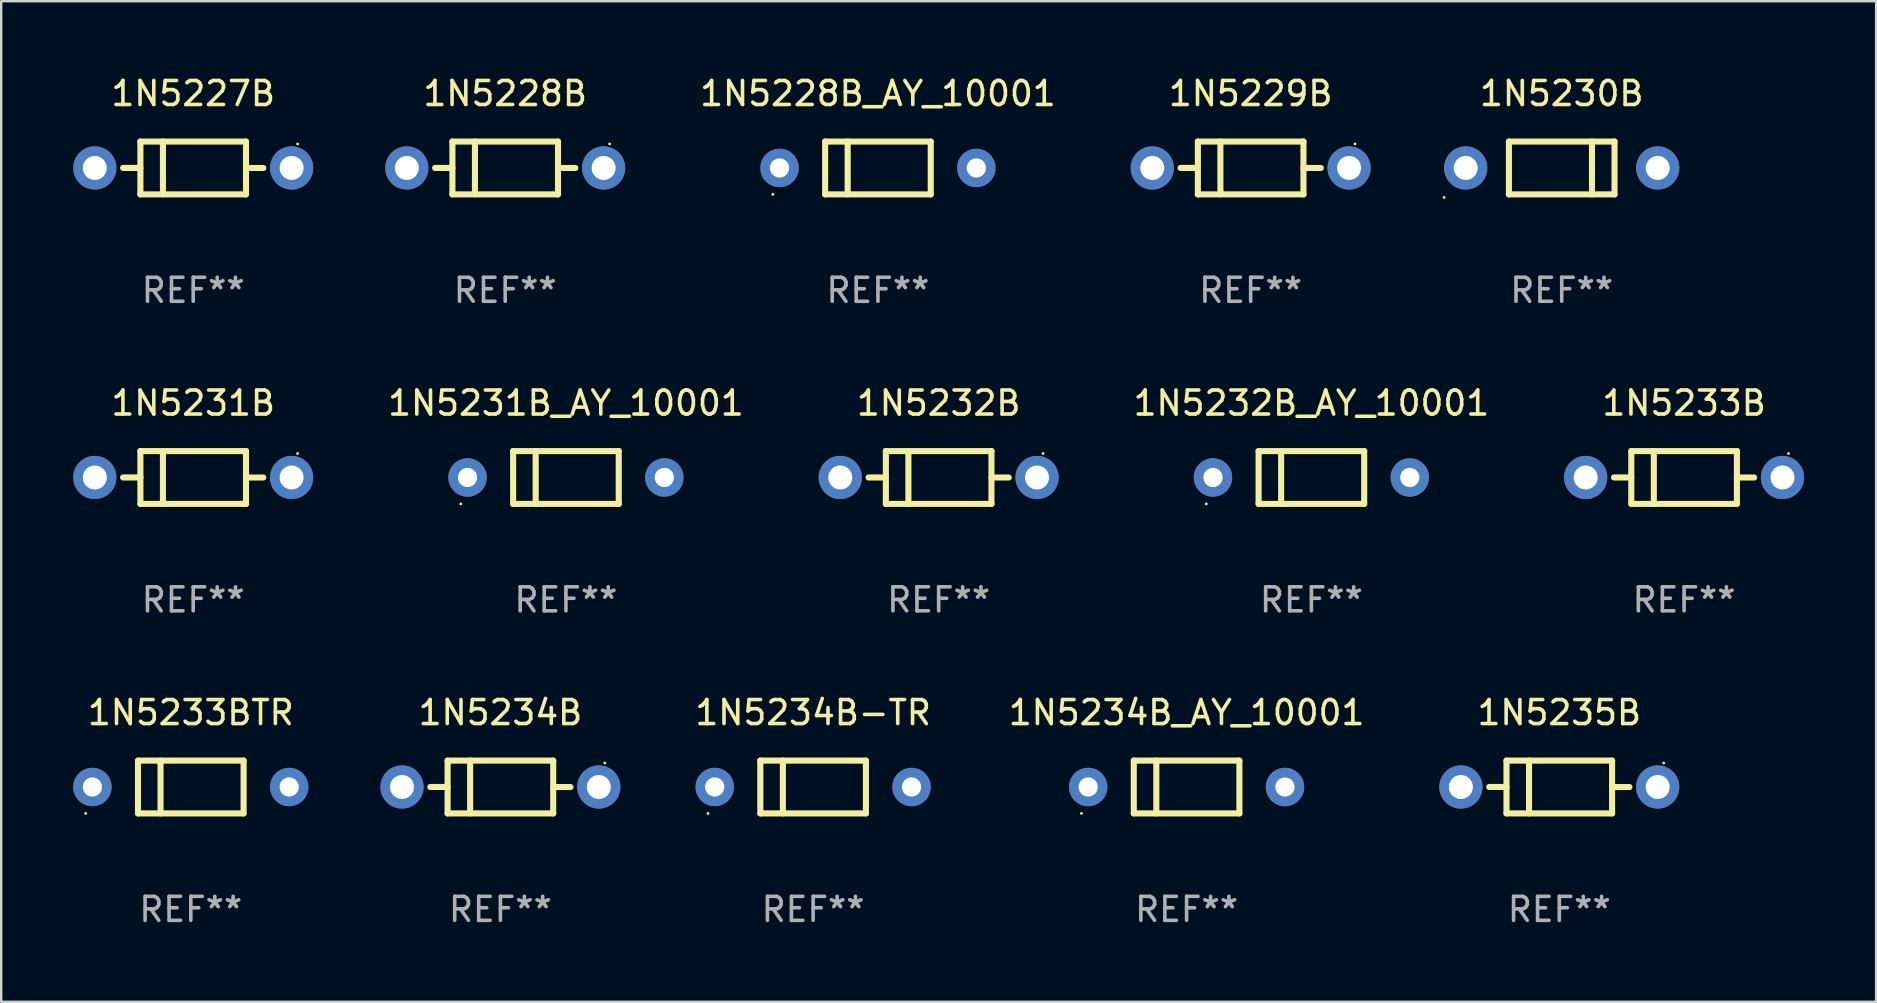
<source format=kicad_pcb>
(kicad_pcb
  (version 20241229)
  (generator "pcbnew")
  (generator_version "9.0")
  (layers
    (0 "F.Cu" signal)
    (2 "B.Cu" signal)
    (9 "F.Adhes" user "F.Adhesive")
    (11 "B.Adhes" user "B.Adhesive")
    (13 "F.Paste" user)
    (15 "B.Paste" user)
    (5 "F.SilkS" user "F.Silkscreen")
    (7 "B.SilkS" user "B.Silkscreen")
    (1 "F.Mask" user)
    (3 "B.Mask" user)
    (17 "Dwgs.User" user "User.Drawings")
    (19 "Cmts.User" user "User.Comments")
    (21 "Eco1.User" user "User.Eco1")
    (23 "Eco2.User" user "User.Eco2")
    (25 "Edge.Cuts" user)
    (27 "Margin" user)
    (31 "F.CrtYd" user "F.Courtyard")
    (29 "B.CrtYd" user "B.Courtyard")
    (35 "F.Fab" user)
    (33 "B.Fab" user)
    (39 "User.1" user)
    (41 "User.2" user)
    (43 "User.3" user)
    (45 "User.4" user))
  (footprint "1N5229B"
    (layer "F.Cu")
    (at 49.06 3.948)
    (property "Reference" "1N5229B" (at 0 -3.1 0) (layer "F.SilkS") (effects (font (size 1 1) (thickness 0.15))))
    (attr through_hole)
    (fp_line (start -2.2 -1.1) (end -2.2 1.1) (stroke (width 0.254) (type solid)) (layer "F.SilkS"))
    (fp_line (start -2.2 -1.1) (end 2.2 -1.1) (stroke (width 0.254) (type solid)) (layer "F.SilkS"))
    (fp_line (start -2.2 -0.001) (end -2.921 -0.001) (stroke (width 0.254) (type solid)) (layer "F.SilkS"))
    (fp_line (start -2.2 1.1) (end 2.2 1.1) (stroke (width 0.254) (type solid)) (layer "F.SilkS"))
    (fp_line (start -1.261 -1.1) (end -1.261 1.1) (stroke (width 0.254) (type solid)) (layer "F.SilkS"))
    (fp_line (start 2.2 -1.1) (end 2.2 1.1) (stroke (width 0.254) (type solid)) (layer "F.SilkS"))
    (fp_line (start 2.2 0.001) (end 2.921 0.001) (stroke (width 0.254) (type solid)) (layer "F.SilkS"))
    (fp_circle (center 4.35 -1) (end 4.38 -1) (stroke (width 0.06) (type solid)) (fill no) (layer "F.SilkS"))
    (fp_text user "REF**" (at 0 5.1 0) (layer "F.Fab") (effects (font (size 1 1) (thickness 0.15))))
    (pad "1" thru_hole circle (at 4.1 0) (size 1.8 1.8) (drill 1) (layers "*.Cu" "*.Mask"))
    (pad "2" thru_hole circle (at -4.1 0) (size 1.8 1.8) (drill 1) (layers "*.Cu" "*.Mask")))
  (footprint "1N5231B"
    (layer "F.Cu")
    (at 5 16.845)
    (property "Reference" "1N5231B" (at 0 -3.1 0) (layer "F.SilkS") (effects (font (size 1 1) (thickness 0.15))))
    (attr through_hole)
    (fp_line (start -2.2 -1.1) (end -2.2 1.1) (stroke (width 0.254) (type solid)) (layer "F.SilkS"))
    (fp_line (start -2.2 -1.1) (end 2.2 -1.1) (stroke (width 0.254) (type solid)) (layer "F.SilkS"))
    (fp_line (start -2.2 -0.001) (end -2.921 -0.001) (stroke (width 0.254) (type solid)) (layer "F.SilkS"))
    (fp_line (start -2.2 1.1) (end 2.2 1.1) (stroke (width 0.254) (type solid)) (layer "F.SilkS"))
    (fp_line (start -1.261 -1.1) (end -1.261 1.1) (stroke (width 0.254) (type solid)) (layer "F.SilkS"))
    (fp_line (start 2.2 -1.1) (end 2.2 1.1) (stroke (width 0.254) (type solid)) (layer "F.SilkS"))
    (fp_line (start 2.2 0.001) (end 2.921 0.001) (stroke (width 0.254) (type solid)) (layer "F.SilkS"))
    (fp_circle (center 4.35 -1) (end 4.38 -1) (stroke (width 0.06) (type solid)) (fill no) (layer "F.SilkS"))
    (fp_text user "REF**" (at 0 5.1 0) (layer "F.Fab") (effects (font (size 1 1) (thickness 0.15))))
    (pad "1" thru_hole circle (at 4.1 0) (size 1.8 1.8) (drill 1) (layers "*.Cu" "*.Mask"))
    (pad "2" thru_hole circle (at -4.1 0) (size 1.8 1.8) (drill 1) (layers "*.Cu" "*.Mask")))
  (footprint "1N5231B_AY_10001"
    (layer "F.Cu")
    (at 20.53 16.845)
    (property "Reference" "1N5231B_AY_10001" (at 0 -3.1 0) (layer "F.SilkS") (effects (font (size 1 1) (thickness 0.15))))
    (attr through_hole)
    (fp_line (start -2.2 -1.1) (end -2.2 1.1) (stroke (width 0.254) (type solid)) (layer "F.SilkS"))
    (fp_line (start -2.2 -1.1) (end 2.2 -1.1) (stroke (width 0.254) (type solid)) (layer "F.SilkS"))
    (fp_line (start -2.2 1.1) (end 2.2 1.1) (stroke (width 0.254) (type solid)) (layer "F.SilkS"))
    (fp_line (start -1.261 -1.1) (end -1.261 1.1) (stroke (width 0.254) (type solid)) (layer "F.SilkS"))
    (fp_line (start 2.2 -1.1) (end 2.2 1.1) (stroke (width 0.254) (type solid)) (layer "F.SilkS"))
    (fp_circle (center -4.38 1.1) (end -4.35 1.1) (stroke (width 0.06) (type solid)) (fill no) (layer "F.SilkS"))
    (fp_text user "REF**" (at 0 5.1 0) (layer "F.Fab") (effects (font (size 1 1) (thickness 0.15))))
    (pad "1" thru_hole circle (at -4.1 0) (size 1.6 1.6) (drill 0.8) (layers "*.Cu" "*.Mask"))
    (pad "2" thru_hole circle (at 4.1 0) (size 1.6 1.6) (drill 0.8) (layers "*.Cu" "*.Mask")))
  (footprint "1N5232B_AY_10001"
    (layer "F.Cu")
    (at 51.59 16.845)
    (property "Reference" "1N5232B_AY_10001" (at 0 -3.1 0) (layer "F.SilkS") (effects (font (size 1 1) (thickness 0.15))))
    (attr through_hole)
    (fp_line (start -2.2 -1.1) (end -2.2 1.1) (stroke (width 0.254) (type solid)) (layer "F.SilkS"))
    (fp_line (start -2.2 -1.1) (end 2.2 -1.1) (stroke (width 0.254) (type solid)) (layer "F.SilkS"))
    (fp_line (start -2.2 1.1) (end 2.2 1.1) (stroke (width 0.254) (type solid)) (layer "F.SilkS"))
    (fp_line (start -1.261 -1.1) (end -1.261 1.1) (stroke (width 0.254) (type solid)) (layer "F.SilkS"))
    (fp_line (start 2.2 -1.1) (end 2.2 1.1) (stroke (width 0.254) (type solid)) (layer "F.SilkS"))
    (fp_circle (center -4.38 1.1) (end -4.35 1.1) (stroke (width 0.06) (type solid)) (fill no) (layer "F.SilkS"))
    (fp_text user "REF**" (at 0 5.1 0) (layer "F.Fab") (effects (font (size 1 1) (thickness 0.15))))
    (pad "1" thru_hole circle (at -4.1 0) (size 1.6 1.6) (drill 0.8) (layers "*.Cu" "*.Mask"))
    (pad "2" thru_hole circle (at 4.1 0) (size 1.6 1.6) (drill 0.8) (layers "*.Cu" "*.Mask")))
  (footprint "1N5233BTR"
    (layer "F.Cu")
    (at 4.9 29.741)
    (property "Reference" "1N5233BTR" (at 0 -3.1 0) (layer "F.SilkS") (effects (font (size 1 1) (thickness 0.15))))
    (attr through_hole)
    (fp_line (start -2.2 -1.1) (end -2.2 1.1) (stroke (width 0.254) (type solid)) (layer "F.SilkS"))
    (fp_line (start -2.2 -1.1) (end 2.2 -1.1) (stroke (width 0.254) (type solid)) (layer "F.SilkS"))
    (fp_line (start -2.2 1.1) (end 2.2 1.1) (stroke (width 0.254) (type solid)) (layer "F.SilkS"))
    (fp_line (start -1.261 -1.1) (end -1.261 1.1) (stroke (width 0.254) (type solid)) (layer "F.SilkS"))
    (fp_line (start 2.2 -1.1) (end 2.2 1.1) (stroke (width 0.254) (type solid)) (layer "F.SilkS"))
    (fp_circle (center -4.38 1.1) (end -4.35 1.1) (stroke (width 0.06) (type solid)) (fill no) (layer "F.SilkS"))
    (fp_text user "REF**" (at 0 5.1 0) (layer "F.Fab") (effects (font (size 1 1) (thickness 0.15))))
    (pad "1" thru_hole circle (at -4.1 0) (size 1.6 1.6) (drill 0.8) (layers "*.Cu" "*.Mask"))
    (pad "2" thru_hole circle (at 4.1 0) (size 1.6 1.6) (drill 0.8) (layers "*.Cu" "*.Mask")))
  (footprint "1N5232B"
    (layer "F.Cu")
    (at 36.06 16.845)
    (property "Reference" "1N5232B" (at 0 -3.1 0) (layer "F.SilkS") (effects (font (size 1 1) (thickness 0.15))))
    (attr through_hole)
    (fp_line (start -2.2 -1.1) (end -2.2 1.1) (stroke (width 0.254) (type solid)) (layer "F.SilkS"))
    (fp_line (start -2.2 -1.1) (end 2.2 -1.1) (stroke (width 0.254) (type solid)) (layer "F.SilkS"))
    (fp_line (start -2.2 -0.001) (end -2.921 -0.001) (stroke (width 0.254) (type solid)) (layer "F.SilkS"))
    (fp_line (start -2.2 1.1) (end 2.2 1.1) (stroke (width 0.254) (type solid)) (layer "F.SilkS"))
    (fp_line (start -1.261 -1.1) (end -1.261 1.1) (stroke (width 0.254) (type solid)) (layer "F.SilkS"))
    (fp_line (start 2.2 -1.1) (end 2.2 1.1) (stroke (width 0.254) (type solid)) (layer "F.SilkS"))
    (fp_line (start 2.2 0.001) (end 2.921 0.001) (stroke (width 0.254) (type solid)) (layer "F.SilkS"))
    (fp_circle (center 4.35 -1) (end 4.38 -1) (stroke (width 0.06) (type solid)) (fill no) (layer "F.SilkS"))
    (fp_text user "REF**" (at 0 5.1 0) (layer "F.Fab") (effects (font (size 1 1) (thickness 0.15))))
    (pad "1" thru_hole circle (at 4.1 0) (size 1.8 1.8) (drill 1) (layers "*.Cu" "*.Mask"))
    (pad "2" thru_hole circle (at -4.1 0) (size 1.8 1.8) (drill 1) (layers "*.Cu" "*.Mask")))
  (footprint "1N5234B_AY_10001"
    (layer "F.Cu")
    (at 46.39 29.741)
    (property "Reference" "1N5234B_AY_10001" (at 0 -3.1 0) (layer "F.SilkS") (effects (font (size 1 1) (thickness 0.15))))
    (attr through_hole)
    (fp_line (start -2.2 -1.1) (end -2.2 1.1) (stroke (width 0.254) (type solid)) (layer "F.SilkS"))
    (fp_line (start -2.2 -1.1) (end 2.2 -1.1) (stroke (width 0.254) (type solid)) (layer "F.SilkS"))
    (fp_line (start -2.2 1.1) (end 2.2 1.1) (stroke (width 0.254) (type solid)) (layer "F.SilkS"))
    (fp_line (start -1.261 -1.1) (end -1.261 1.1) (stroke (width 0.254) (type solid)) (layer "F.SilkS"))
    (fp_line (start 2.2 -1.1) (end 2.2 1.1) (stroke (width 0.254) (type solid)) (layer "F.SilkS"))
    (fp_circle (center -4.38 1.1) (end -4.35 1.1) (stroke (width 0.06) (type solid)) (fill no) (layer "F.SilkS"))
    (fp_text user "REF**" (at 0 5.1 0) (layer "F.Fab") (effects (font (size 1 1) (thickness 0.15))))
    (pad "1" thru_hole circle (at -4.1 0) (size 1.6 1.6) (drill 0.8) (layers "*.Cu" "*.Mask"))
    (pad "2" thru_hole circle (at 4.1 0) (size 1.6 1.6) (drill 0.8) (layers "*.Cu" "*.Mask")))
  (footprint "1N5235B"
    (layer "F.Cu")
    (at 61.919 29.741)
    (property "Reference" "1N5235B" (at 0 -3.1 0) (layer "F.SilkS") (effects (font (size 1 1) (thickness 0.15))))
    (attr through_hole)
    (fp_line (start -2.2 -1.1) (end -2.2 1.1) (stroke (width 0.254) (type solid)) (layer "F.SilkS"))
    (fp_line (start -2.2 -1.1) (end 2.2 -1.1) (stroke (width 0.254) (type solid)) (layer "F.SilkS"))
    (fp_line (start -2.2 -0.001) (end -2.921 -0.001) (stroke (width 0.254) (type solid)) (layer "F.SilkS"))
    (fp_line (start -2.2 1.1) (end 2.2 1.1) (stroke (width 0.254) (type solid)) (layer "F.SilkS"))
    (fp_line (start -1.261 -1.1) (end -1.261 1.1) (stroke (width 0.254) (type solid)) (layer "F.SilkS"))
    (fp_line (start 2.2 -1.1) (end 2.2 1.1) (stroke (width 0.254) (type solid)) (layer "F.SilkS"))
    (fp_line (start 2.2 0.001) (end 2.921 0.001) (stroke (width 0.254) (type solid)) (layer "F.SilkS"))
    (fp_circle (center 4.35 -1) (end 4.38 -1) (stroke (width 0.06) (type solid)) (fill no) (layer "F.SilkS"))
    (fp_text user "REF**" (at 0 5.1 0) (layer "F.Fab") (effects (font (size 1 1) (thickness 0.15))))
    (pad "1" thru_hole circle (at 4.1 0) (size 1.8 1.8) (drill 1) (layers "*.Cu" "*.Mask"))
    (pad "2" thru_hole circle (at -4.1 0) (size 1.8 1.8) (drill 1) (layers "*.Cu" "*.Mask")))
  (footprint "1N5228B_AY_10001"
    (layer "F.Cu")
    (at 33.53 3.948)
    (property "Reference" "1N5228B_AY_10001" (at 0 -3.1 0) (layer "F.SilkS") (effects (font (size 1 1) (thickness 0.15))))
    (attr through_hole)
    (fp_line (start -2.2 -1.1) (end -2.2 1.1) (stroke (width 0.254) (type solid)) (layer "F.SilkS"))
    (fp_line (start -2.2 -1.1) (end 2.2 -1.1) (stroke (width 0.254) (type solid)) (layer "F.SilkS"))
    (fp_line (start -2.2 1.1) (end 2.2 1.1) (stroke (width 0.254) (type solid)) (layer "F.SilkS"))
    (fp_line (start -1.261 -1.1) (end -1.261 1.1) (stroke (width 0.254) (type solid)) (layer "F.SilkS"))
    (fp_line (start 2.2 -1.1) (end 2.2 1.1) (stroke (width 0.254) (type solid)) (layer "F.SilkS"))
    (fp_circle (center -4.38 1.1) (end -4.35 1.1) (stroke (width 0.06) (type solid)) (fill no) (layer "F.SilkS"))
    (fp_text user "REF**" (at 0 5.1 0) (layer "F.Fab") (effects (font (size 1 1) (thickness 0.15))))
    (pad "1" thru_hole circle (at -4.1 0) (size 1.6 1.6) (drill 0.8) (layers "*.Cu" "*.Mask"))
    (pad "2" thru_hole circle (at 4.1 0) (size 1.6 1.6) (drill 0.8) (layers "*.Cu" "*.Mask")))
  (footprint "1N5228B"
    (layer "F.Cu")
    (at 18 3.948)
    (property "Reference" "1N5228B" (at 0 -3.1 0) (layer "F.SilkS") (effects (font (size 1 1) (thickness 0.15))))
    (attr through_hole)
    (fp_line (start -2.2 -1.1) (end -2.2 1.1) (stroke (width 0.254) (type solid)) (layer "F.SilkS"))
    (fp_line (start -2.2 -1.1) (end 2.2 -1.1) (stroke (width 0.254) (type solid)) (layer "F.SilkS"))
    (fp_line (start -2.2 -0.001) (end -2.921 -0.001) (stroke (width 0.254) (type solid)) (layer "F.SilkS"))
    (fp_line (start -2.2 1.1) (end 2.2 1.1) (stroke (width 0.254) (type solid)) (layer "F.SilkS"))
    (fp_line (start -1.261 -1.1) (end -1.261 1.1) (stroke (width 0.254) (type solid)) (layer "F.SilkS"))
    (fp_line (start 2.2 -1.1) (end 2.2 1.1) (stroke (width 0.254) (type solid)) (layer "F.SilkS"))
    (fp_line (start 2.2 0.001) (end 2.921 0.001) (stroke (width 0.254) (type solid)) (layer "F.SilkS"))
    (fp_circle (center 4.35 -1) (end 4.38 -1) (stroke (width 0.06) (type solid)) (fill no) (layer "F.SilkS"))
    (fp_text user "REF**" (at 0 5.1 0) (layer "F.Fab") (effects (font (size 1 1) (thickness 0.15))))
    (pad "1" thru_hole circle (at 4.1 0) (size 1.8 1.8) (drill 1) (layers "*.Cu" "*.Mask"))
    (pad "2" thru_hole circle (at -4.1 0) (size 1.8 1.8) (drill 1) (layers "*.Cu" "*.Mask")))
  (footprint "1N5230B"
    (layer "F.Cu")
    (at 62.02 3.948)
    (property "Reference" "1N5230B" (at 0 -3.1 0) (layer "F.SilkS") (effects (font (size 1 1) (thickness 0.15))))
    (attr through_hole)
    (fp_line (start -2.2 1.1) (end -2.2 -1.1) (stroke (width 0.254) (type solid)) (layer "F.SilkS"))
    (fp_line (start 1.261 1.1) (end 1.261 -1.1) (stroke (width 0.254) (type solid)) (layer "F.SilkS"))
    (fp_line (start 2.2 -1.1) (end -2.2 -1.1) (stroke (width 0.254) (type solid)) (layer "F.SilkS"))
    (fp_line (start 2.2 1.1) (end -2.2 1.1) (stroke (width 0.254) (type solid)) (layer "F.SilkS"))
    (fp_line (start 2.2 1.1) (end 2.2 -1.1) (stroke (width 0.254) (type solid)) (layer "F.SilkS"))
    (fp_circle (center -4.9 1.227) (end -4.87 1.227) (stroke (width 0.06) (type solid)) (fill no) (layer "F.SilkS"))
    (fp_text user "REF**" (at 0 5.1 0) (layer "F.Fab") (effects (font (size 1 1) (thickness 0.15))))
    (pad "1" thru_hole circle (at -4 0) (size 1.8 1.8) (drill 1) (layers "*.Cu" "*.Mask"))
    (pad "2" thru_hole circle (at 4 0) (size 1.8 1.8) (drill 1) (layers "*.Cu" "*.Mask")))
  (footprint "1N5233B"
    (layer "F.Cu")
    (at 67.119 16.845)
    (property "Reference" "1N5233B" (at 0 -3.1 0) (layer "F.SilkS") (effects (font (size 1 1) (thickness 0.15))))
    (attr through_hole)
    (fp_line (start -2.2 -1.1) (end -2.2 1.1) (stroke (width 0.254) (type solid)) (layer "F.SilkS"))
    (fp_line (start -2.2 -1.1) (end 2.2 -1.1) (stroke (width 0.254) (type solid)) (layer "F.SilkS"))
    (fp_line (start -2.2 -0.001) (end -2.921 -0.001) (stroke (width 0.254) (type solid)) (layer "F.SilkS"))
    (fp_line (start -2.2 1.1) (end 2.2 1.1) (stroke (width 0.254) (type solid)) (layer "F.SilkS"))
    (fp_line (start -1.261 -1.1) (end -1.261 1.1) (stroke (width 0.254) (type solid)) (layer "F.SilkS"))
    (fp_line (start 2.2 -1.1) (end 2.2 1.1) (stroke (width 0.254) (type solid)) (layer "F.SilkS"))
    (fp_line (start 2.2 0.001) (end 2.921 0.001) (stroke (width 0.254) (type solid)) (layer "F.SilkS"))
    (fp_circle (center 4.35 -1) (end 4.38 -1) (stroke (width 0.06) (type solid)) (fill no) (layer "F.SilkS"))
    (fp_text user "REF**" (at 0 5.1 0) (layer "F.Fab") (effects (font (size 1 1) (thickness 0.15))))
    (pad "1" thru_hole circle (at 4.1 0) (size 1.8 1.8) (drill 1) (layers "*.Cu" "*.Mask"))
    (pad "2" thru_hole circle (at -4.1 0) (size 1.8 1.8) (drill 1) (layers "*.Cu" "*.Mask")))
  (footprint "1N5234B-TR"
    (layer "F.Cu")
    (at 30.83 29.741)
    (property "Reference" "1N5234B-TR" (at 0 -3.1 0) (layer "F.SilkS") (effects (font (size 1 1) (thickness 0.15))))
    (attr through_hole)
    (fp_line (start -2.2 -1.1) (end -2.2 1.1) (stroke (width 0.254) (type solid)) (layer "F.SilkS"))
    (fp_line (start -2.2 -1.1) (end 2.2 -1.1) (stroke (width 0.254) (type solid)) (layer "F.SilkS"))
    (fp_line (start -2.2 1.1) (end 2.2 1.1) (stroke (width 0.254) (type solid)) (layer "F.SilkS"))
    (fp_line (start -1.261 -1.1) (end -1.261 1.1) (stroke (width 0.254) (type solid)) (layer "F.SilkS"))
    (fp_line (start 2.2 -1.1) (end 2.2 1.1) (stroke (width 0.254) (type solid)) (layer "F.SilkS"))
    (fp_circle (center -4.38 1.1) (end -4.35 1.1) (stroke (width 0.06) (type solid)) (fill no) (layer "F.SilkS"))
    (fp_text user "REF**" (at 0 5.1 0) (layer "F.Fab") (effects (font (size 1 1) (thickness 0.15))))
    (pad "1" thru_hole circle (at -4.1 0) (size 1.6 1.6) (drill 0.8) (layers "*.Cu" "*.Mask"))
    (pad "2" thru_hole circle (at 4.1 0) (size 1.6 1.6) (drill 0.8) (layers "*.Cu" "*.Mask")))
  (footprint "1N5227B"
    (layer "F.Cu")
    (at 5 3.948)
    (property "Reference" "1N5227B" (at 0 -3.1 0) (layer "F.SilkS") (effects (font (size 1 1) (thickness 0.15))))
    (attr through_hole)
    (fp_line (start -2.2 -1.1) (end -2.2 1.1) (stroke (width 0.254) (type solid)) (layer "F.SilkS"))
    (fp_line (start -2.2 -1.1) (end 2.2 -1.1) (stroke (width 0.254) (type solid)) (layer "F.SilkS"))
    (fp_line (start -2.2 -0.001) (end -2.921 -0.001) (stroke (width 0.254) (type solid)) (layer "F.SilkS"))
    (fp_line (start -2.2 1.1) (end 2.2 1.1) (stroke (width 0.254) (type solid)) (layer "F.SilkS"))
    (fp_line (start -1.261 -1.1) (end -1.261 1.1) (stroke (width 0.254) (type solid)) (layer "F.SilkS"))
    (fp_line (start 2.2 -1.1) (end 2.2 1.1) (stroke (width 0.254) (type solid)) (layer "F.SilkS"))
    (fp_line (start 2.2 0.001) (end 2.921 0.001) (stroke (width 0.254) (type solid)) (layer "F.SilkS"))
    (fp_circle (center 4.35 -1) (end 4.38 -1) (stroke (width 0.06) (type solid)) (fill no) (layer "F.SilkS"))
    (fp_text user "REF**" (at 0 5.1 0) (layer "F.Fab") (effects (font (size 1 1) (thickness 0.15))))
    (pad "1" thru_hole circle (at 4.1 0) (size 1.8 1.8) (drill 1) (layers "*.Cu" "*.Mask"))
    (pad "2" thru_hole circle (at -4.1 0) (size 1.8 1.8) (drill 1) (layers "*.Cu" "*.Mask")))
  (footprint "1N5234B"
    (layer "F.Cu")
    (at 17.8 29.741)
    (property "Reference" "1N5234B" (at 0 -3.1 0) (layer "F.SilkS") (effects (font (size 1 1) (thickness 0.15))))
    (attr through_hole)
    (fp_line (start -2.2 -1.1) (end -2.2 1.1) (stroke (width 0.254) (type solid)) (layer "F.SilkS"))
    (fp_line (start -2.2 -1.1) (end 2.2 -1.1) (stroke (width 0.254) (type solid)) (layer "F.SilkS"))
    (fp_line (start -2.2 -0.001) (end -2.921 -0.001) (stroke (width 0.254) (type solid)) (layer "F.SilkS"))
    (fp_line (start -2.2 1.1) (end 2.2 1.1) (stroke (width 0.254) (type solid)) (layer "F.SilkS"))
    (fp_line (start -1.261 -1.1) (end -1.261 1.1) (stroke (width 0.254) (type solid)) (layer "F.SilkS"))
    (fp_line (start 2.2 -1.1) (end 2.2 1.1) (stroke (width 0.254) (type solid)) (layer "F.SilkS"))
    (fp_line (start 2.2 0.001) (end 2.921 0.001) (stroke (width 0.254) (type solid)) (layer "F.SilkS"))
    (fp_circle (center 4.35 -1) (end 4.38 -1) (stroke (width 0.06) (type solid)) (fill no) (layer "F.SilkS"))
    (fp_text user "REF**" (at 0 5.1 0) (layer "F.Fab") (effects (font (size 1 1) (thickness 0.15))))
    (pad "1" thru_hole circle (at 4.1 0) (size 1.8 1.8) (drill 1) (layers "*.Cu" "*.Mask"))
    (pad "2" thru_hole circle (at -4.1 0) (size 1.8 1.8) (drill 1) (layers "*.Cu" "*.Mask")))
  (gr_rect
    (start -3 -3)
    (end 75.12 38.69)
    (stroke (width 0.1) (type default))
    (fill no)
    (layer "Edge.Cuts")))
</source>
